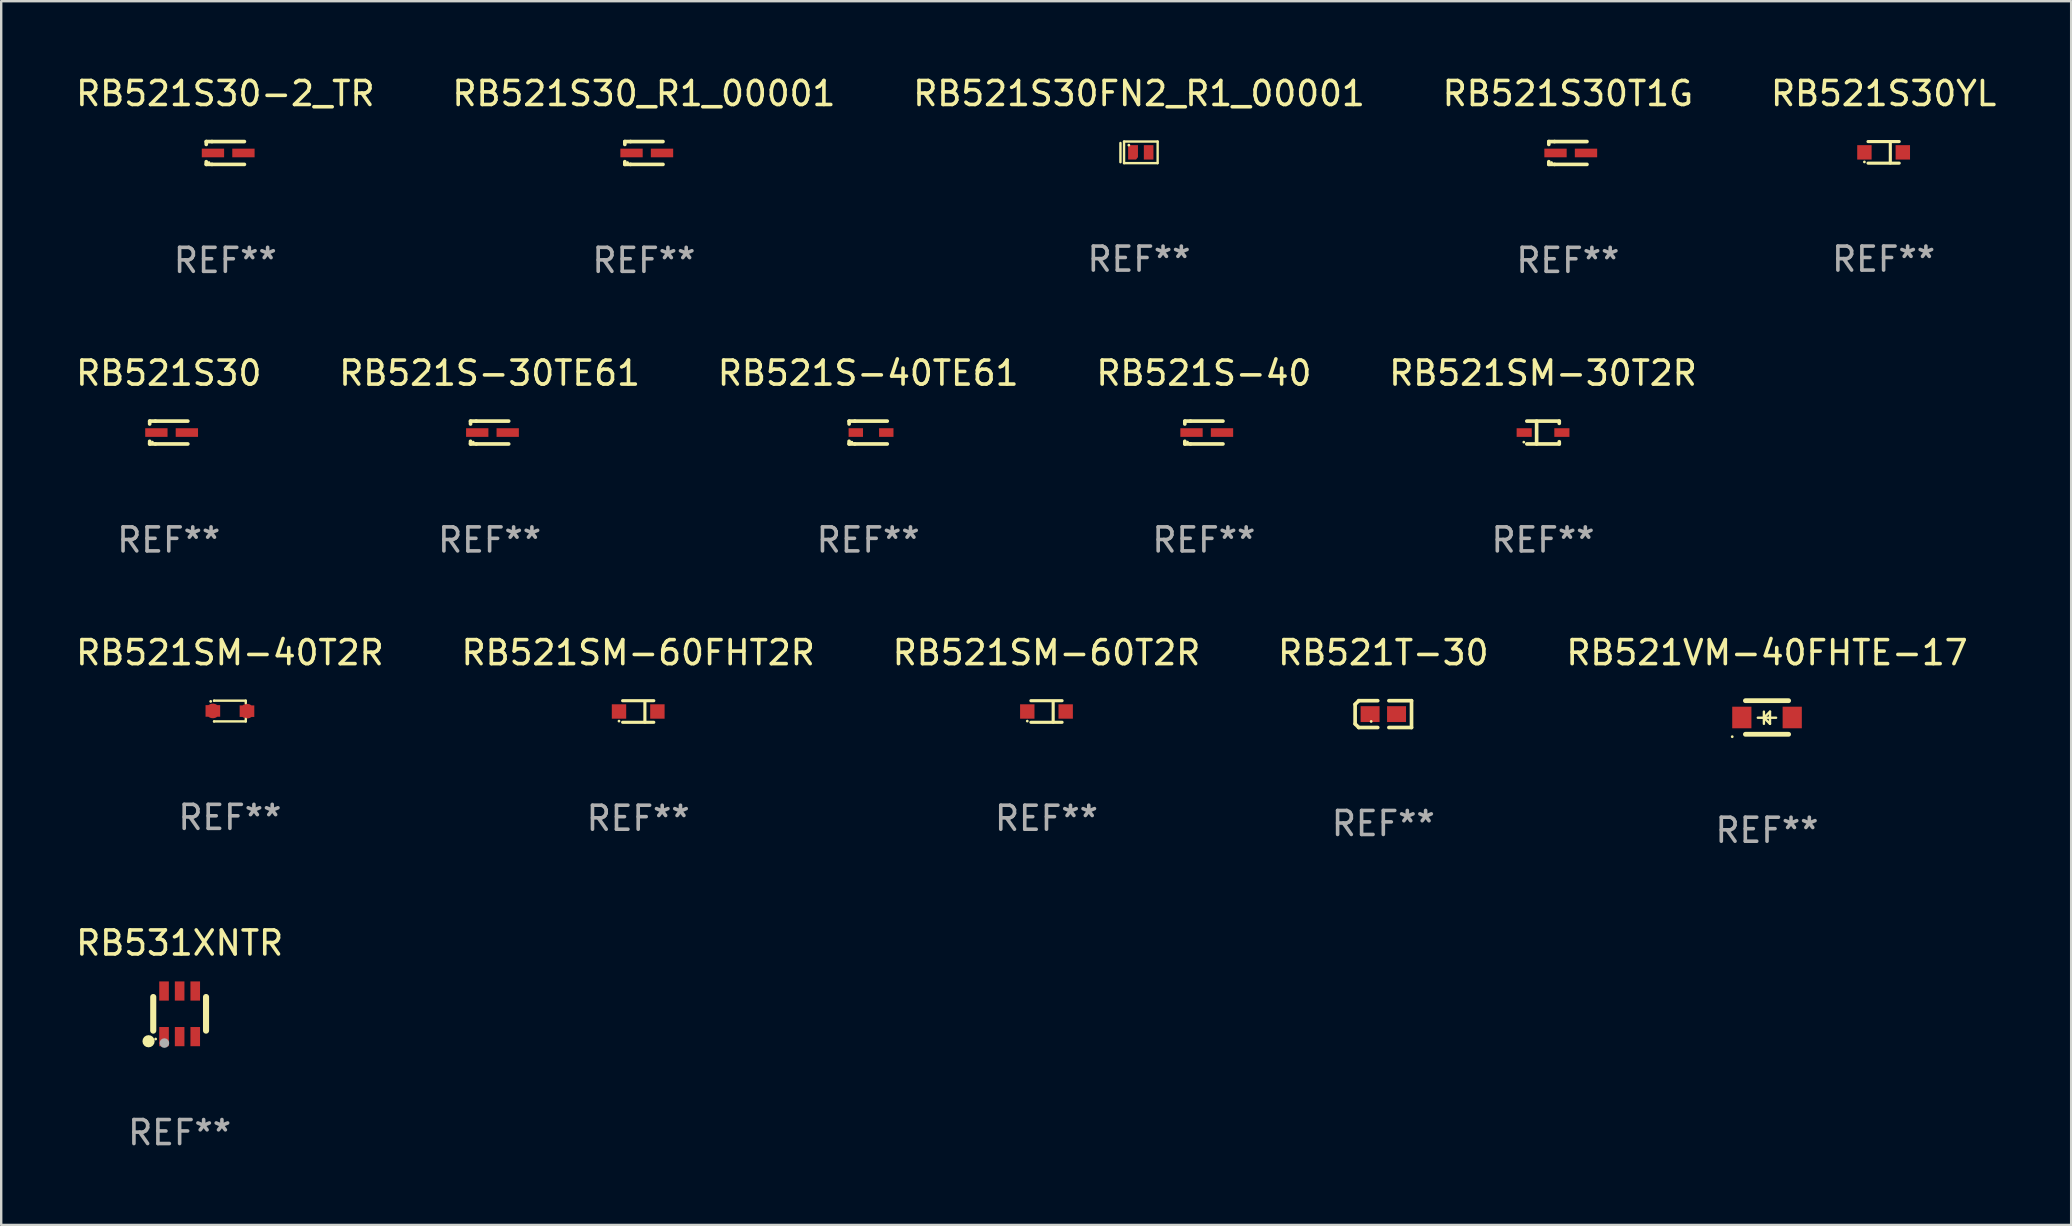
<source format=kicad_pcb>
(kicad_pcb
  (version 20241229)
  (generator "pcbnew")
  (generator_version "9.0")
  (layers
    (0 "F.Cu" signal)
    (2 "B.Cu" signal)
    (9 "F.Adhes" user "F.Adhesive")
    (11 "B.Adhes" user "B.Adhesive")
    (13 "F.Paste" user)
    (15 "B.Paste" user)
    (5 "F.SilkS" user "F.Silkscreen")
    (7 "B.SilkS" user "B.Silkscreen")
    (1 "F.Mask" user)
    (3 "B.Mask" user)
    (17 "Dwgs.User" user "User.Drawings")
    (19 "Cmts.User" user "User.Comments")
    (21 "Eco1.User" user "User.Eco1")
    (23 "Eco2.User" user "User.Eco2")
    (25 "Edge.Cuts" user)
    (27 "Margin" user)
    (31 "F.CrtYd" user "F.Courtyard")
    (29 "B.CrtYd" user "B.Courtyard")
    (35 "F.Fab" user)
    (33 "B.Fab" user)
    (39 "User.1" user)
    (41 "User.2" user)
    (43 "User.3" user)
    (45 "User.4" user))
  (footprint "RB521S30YL"
    (layer "F.Cu")
    (at 75.435 3.298)
    (property "Reference" "RB521S30YL" (at 0 -2.45 0) (layer "F.SilkS") (effects (font (size 1 1) (thickness 0.15))))
    (attr through_hole)
    (fp_line (start -0.65 -0.45) (end 0.65 -0.45) (stroke (width 0.13) (type solid)) (layer "F.SilkS"))
    (fp_line (start -0.65 0.45) (end 0.65 0.45) (stroke (width 0.13) (type solid)) (layer "F.SilkS"))
    (fp_line (start 0.279 -0.406) (end 0.279 0.444) (stroke (width 0.13) (type solid)) (layer "F.SilkS"))
    (fp_circle (center -0.8 0.4) (end -0.77 0.4) (stroke (width 0.06) (type solid)) (fill no) (layer "F.SilkS"))
    (fp_text user "REF**" (at 0 4.45 0) (layer "F.Fab") (effects (font (size 1 1) (thickness 0.15))))
    (pad "1" smd rect (at -0.8 0) (size 0.6 0.6) (layers "F.Cu" "F.Mask" "F.Paste"))
    (pad "2" smd rect (at 0.8 0 180) (size 0.6 0.6) (layers "F.Cu" "F.Mask" "F.Paste")))
  (footprint "RB521T-30"
    (layer "F.Cu")
    (at 54.589 26.705)
    (property "Reference" "RB521T-30" (at 0 -2.559 0) (layer "F.SilkS") (effects (font (size 1 1) (thickness 0.15))))
    (attr through_hole)
    (fp_line (start -1.175 -0.407) (end -1.023 -0.559) (stroke (width 0.152) (type solid)) (layer "F.SilkS"))
    (fp_line (start -1.175 0.407) (end -1.175 -0.407) (stroke (width 0.152) (type solid)) (layer "F.SilkS"))
    (fp_line (start -1.023 -0.559) (end -0.232 -0.559) (stroke (width 0.152) (type solid)) (layer "F.SilkS"))
    (fp_line (start -1.023 0.559) (end -1.175 0.407) (stroke (width 0.152) (type solid)) (layer "F.SilkS"))
    (fp_line (start -0.232 0.559) (end -1.023 0.559) (stroke (width 0.152) (type solid)) (layer "F.SilkS"))
    (fp_line (start 0.232 0.559) (end 1.175 0.559) (stroke (width 0.152) (type solid)) (layer "F.SilkS"))
    (fp_line (start 1.175 -0.559) (end 0.232 -0.559) (stroke (width 0.152) (type solid)) (layer "F.SilkS"))
    (fp_line (start 1.175 0.559) (end 1.175 -0.559) (stroke (width 0.152) (type solid)) (layer "F.SilkS"))
    (fp_circle (center -0.506 0.306) (end -0.476 0.306) (stroke (width 0.06) (type solid)) (fill no) (layer "F.SilkS"))
    (fp_text user "REF**" (at 0 4.559 0) (layer "F.Fab") (effects (font (size 1 1) (thickness 0.15))))
    (pad "1" smd rect (at -0.551 0) (size 0.79 0.661) (layers "F.Cu" "F.Mask" "F.Paste"))
    (pad "2" smd rect (at 0.551 0) (size 0.79 0.661) (layers "F.Cu" "F.Mask" "F.Paste")))
  (footprint "RB521SM-40T2R"
    (layer "F.Cu")
    (at 6.53 26.578)
    (property "Reference" "RB521SM-40T2R" (at 0 -2.432 0) (layer "F.SilkS") (effects (font (size 1 1) (thickness 0.15))))
    (attr through_hole)
    (fp_line (start -0.661 0.432) (end -0.661 0.432) (stroke (width 0.1) (type solid)) (layer "F.SilkS"))
    (fp_line (start -0.661 -0.432) (end -0.661 -0.432) (stroke (width 0.1) (type solid)) (layer "F.SilkS"))
    (fp_line (start -0.661 -0.432) (end 0.66 -0.432) (stroke (width 0.1) (type solid)) (layer "F.SilkS"))
    (fp_line (start 0.66 0.326) (end 0.66 0.432) (stroke (width 0.1) (type solid)) (layer "F.SilkS"))
    (fp_line (start 0.66 0.432) (end -0.661 0.432) (stroke (width 0.1) (type solid)) (layer "F.SilkS"))
    (fp_line (start 0.66 -0.432) (end 0.66 -0.33) (stroke (width 0.1) (type solid)) (layer "F.SilkS"))
    (fp_circle (center -0.8 -0.404) (end -0.77 -0.404) (stroke (width 0.06) (type solid)) (fill no) (layer "F.SilkS"))
    (fp_text user "REF**" (at 0 4.432 0) (layer "F.Fab") (effects (font (size 1 1) (thickness 0.15))))
    (pad "1" smd custom (at -0.711 -0.005) (size 0.61 0.483) (layers "F.Cu" "F.Mask" "F.Paste") (options (anchor circle)) (primitives (gr_poly (pts (xy -0.305 -0.241) (xy 0.305 -0.241) (xy 0.305 0.241) (xy -0.305 0.241)) (width 0) (fill yes))))
    (pad "2" smd custom (at 0.711 0.005) (size 0.61 0.483) (layers "F.Cu" "F.Mask" "F.Paste") (options (anchor circle)) (primitives (gr_poly (pts (xy -0.305 -0.241) (xy 0.305 -0.241) (xy 0.305 0.241) (xy -0.305 0.241)) (width 0) (fill yes)))))
  (footprint "RB521SM-30T2R"
    (layer "F.Cu")
    (at 61.244 14.973)
    (property "Reference" "RB521SM-30T2R" (at 0 -2.476 0) (layer "F.SilkS") (effects (font (size 1 1) (thickness 0.15))))
    (attr through_hole)
    (fp_line (start -0.676 -0.476) (end 0.676 -0.476) (stroke (width 0.152) (type solid)) (layer "F.SilkS"))
    (fp_line (start -0.676 0.476) (end 0.676 0.476) (stroke (width 0.152) (type solid)) (layer "F.SilkS"))
    (fp_line (start -0.267 -0.476) (end -0.267 0.476) (stroke (width 0.152) (type solid)) (layer "F.SilkS"))
    (fp_line (start 0.676 -0.476) (end 0.676 -0.383) (stroke (width 0.152) (type solid)) (layer "F.SilkS"))
    (fp_line (start 0.676 0.476) (end 0.676 0.383) (stroke (width 0.152) (type solid)) (layer "F.SilkS"))
    (fp_circle (center -0.8 0.4) (end -0.77 0.4) (stroke (width 0.06) (type solid)) (fill no) (layer "F.SilkS"))
    (fp_text user "REF**" (at 0 4.476 0) (layer "F.Fab") (effects (font (size 1 1) (thickness 0.15))))
    (pad "1" smd rect (at -0.785 0) (size 0.63 0.36) (layers "F.Cu" "F.Mask" "F.Paste"))
    (pad "2" smd rect (at 0.785 0) (size 0.63 0.36) (layers "F.Cu" "F.Mask" "F.Paste")))
  (footprint "RB521S-40TE61"
    (layer "F.Cu")
    (at 33.125 14.973)
    (property "Reference" "RB521S-40TE61" (at 0 -2.476 0) (layer "F.SilkS") (effects (font (size 1 1) (thickness 0.15))))
    (attr through_hole)
    (fp_line (start -0.795 -0.476) (end -0.795 -0.356) (stroke (width 0.152) (type solid)) (layer "F.SilkS"))
    (fp_line (start -0.795 0.363) (end -0.795 0.476) (stroke (width 0.152) (type solid)) (layer "F.SilkS"))
    (fp_line (start -0.795 0.476) (end -0.557 0.476) (stroke (width 0.152) (type solid)) (layer "F.SilkS"))
    (fp_line (start -0.557 -0.476) (end -0.795 -0.476) (stroke (width 0.152) (type solid)) (layer "F.SilkS"))
    (fp_line (start -0.557 -0.476) (end 0.795 -0.476) (stroke (width 0.152) (type solid)) (layer "F.SilkS"))
    (fp_line (start -0.557 0.476) (end 0.795 0.476) (stroke (width 0.152) (type solid)) (layer "F.SilkS"))
    (fp_circle (center -0.681 0.4) (end -0.651 0.4) (stroke (width 0.06) (type solid)) (fill no) (layer "F.SilkS"))
    (fp_text user "REF**" (at 0 4.476 0) (layer "F.Fab") (effects (font (size 1 1) (thickness 0.15))))
    (pad "1" smd rect (at -0.516 -0.000051 180) (size 0.6 0.36) (layers "F.Cu" "F.Mask" "F.Paste"))
    (pad "2" smd rect (at 0.754 -0.000051 180) (size 0.6 0.36) (layers "F.Cu" "F.Mask" "F.Paste")))
  (footprint "RB521S-40"
    (layer "F.Cu")
    (at 47.113 14.973)
    (property "Reference" "RB521S-40" (at 0 -2.476 0) (layer "F.SilkS") (effects (font (size 1 1) (thickness 0.15))))
    (attr through_hole)
    (fp_line (start -0.795 -0.476) (end -0.795 -0.356) (stroke (width 0.152) (type solid)) (layer "F.SilkS"))
    (fp_line (start -0.795 0.363) (end -0.795 0.476) (stroke (width 0.152) (type solid)) (layer "F.SilkS"))
    (fp_line (start -0.795 0.476) (end -0.557 0.476) (stroke (width 0.152) (type solid)) (layer "F.SilkS"))
    (fp_line (start -0.557 -0.476) (end -0.795 -0.476) (stroke (width 0.152) (type solid)) (layer "F.SilkS"))
    (fp_line (start -0.557 -0.476) (end 0.795 -0.476) (stroke (width 0.152) (type solid)) (layer "F.SilkS"))
    (fp_line (start -0.557 0.476) (end 0.795 0.476) (stroke (width 0.152) (type solid)) (layer "F.SilkS"))
    (fp_circle (center -0.681 0.4) (end -0.651 0.4) (stroke (width 0.06) (type solid)) (fill no) (layer "F.SilkS"))
    (fp_text user "REF**" (at 0 4.476 0) (layer "F.Fab") (effects (font (size 1 1) (thickness 0.15))))
    (pad "1" smd rect (at -0.516 0 180) (size 0.93 0.36) (layers "F.Cu" "F.Mask" "F.Paste"))
    (pad "2" smd rect (at 0.754 0 180) (size 0.93 0.36) (layers "F.Cu" "F.Mask" "F.Paste")))
  (footprint "RB521S-30TE61"
    (layer "F.Cu")
    (at 17.351 14.973)
    (property "Reference" "RB521S-30TE61" (at 0 -2.476 0) (layer "F.SilkS") (effects (font (size 1 1) (thickness 0.15))))
    (attr through_hole)
    (fp_line (start -0.795 -0.476) (end -0.795 -0.356) (stroke (width 0.152) (type solid)) (layer "F.SilkS"))
    (fp_line (start -0.795 0.363) (end -0.795 0.476) (stroke (width 0.152) (type solid)) (layer "F.SilkS"))
    (fp_line (start -0.795 0.476) (end -0.557 0.476) (stroke (width 0.152) (type solid)) (layer "F.SilkS"))
    (fp_line (start -0.557 -0.476) (end -0.795 -0.476) (stroke (width 0.152) (type solid)) (layer "F.SilkS"))
    (fp_line (start -0.557 -0.476) (end 0.795 -0.476) (stroke (width 0.152) (type solid)) (layer "F.SilkS"))
    (fp_line (start -0.557 0.476) (end 0.795 0.476) (stroke (width 0.152) (type solid)) (layer "F.SilkS"))
    (fp_circle (center -0.681 0.4) (end -0.651 0.4) (stroke (width 0.06) (type solid)) (fill no) (layer "F.SilkS"))
    (fp_text user "REF**" (at 0 4.476 0) (layer "F.Fab") (effects (font (size 1 1) (thickness 0.15))))
    (pad "1" smd rect (at -0.516 0 180) (size 0.93 0.36) (layers "F.Cu" "F.Mask" "F.Paste"))
    (pad "2" smd rect (at 0.754 0 180) (size 0.93 0.36) (layers "F.Cu" "F.Mask" "F.Paste")))
  (footprint "RB521S30FN2_R1_00001"
    (layer "F.Cu")
    (at 44.411 3.298)
    (property "Reference" "RB521S30FN2_R1_00001" (at 0 -2.45 0) (layer "F.SilkS") (effects (font (size 1 1) (thickness 0.15))))
    (attr through_hole)
    (fp_line (start -0.775 -0.39) (end -0.775 0.41) (stroke (width 0.102) (type solid)) (layer "F.SilkS"))
    (fp_line (start -0.625 -0.45) (end -0.625 0.45) (stroke (width 0.1) (type solid)) (layer "F.SilkS"))
    (fp_line (start -0.625 -0.45) (end 0.775 -0.45) (stroke (width 0.1) (type solid)) (layer "F.SilkS"))
    (fp_line (start -0.625 0.45) (end 0.765 0.45) (stroke (width 0.1) (type solid)) (layer "F.SilkS"))
    (fp_line (start 0.775 -0.45) (end 0.775 0.45) (stroke (width 0.1) (type solid)) (layer "F.SilkS"))
    (fp_circle (center -0.425 -0.3) (end -0.395 -0.3) (stroke (width 0.06) (type solid)) (fill no) (layer "F.SilkS"))
    (fp_text user "REF**" (at 0 4.45 0) (layer "F.Fab") (effects (font (size 1 1) (thickness 0.15))))
    (pad "1" smd custom (at -0.25 0) (size 0.41 0.6) (layers "F.Cu" "F.Mask" "F.Paste") (options (anchor circle)) (primitives (gr_poly (pts (xy -0.205 -0.3) (xy -0.205 0.3) (xy 0.125 0.3) (xy 0.205 0.2) (xy 0.205 -0.3) (xy -0.205 -0.3)) (width 0) (fill yes))))
    (pad "2" smd rect (at 0.4 0 90) (size 0.6 0.4) (layers "F.Cu" "F.Mask" "F.Paste")))
  (footprint "RB521S30"
    (layer "F.Cu")
    (at 3.982 14.973)
    (property "Reference" "RB521S30" (at 0 -2.476 0) (layer "F.SilkS") (effects (font (size 1 1) (thickness 0.15))))
    (attr through_hole)
    (fp_line (start -0.795 -0.476) (end -0.795 -0.356) (stroke (width 0.152) (type solid)) (layer "F.SilkS"))
    (fp_line (start -0.795 0.363) (end -0.795 0.476) (stroke (width 0.152) (type solid)) (layer "F.SilkS"))
    (fp_line (start -0.795 0.476) (end -0.557 0.476) (stroke (width 0.152) (type solid)) (layer "F.SilkS"))
    (fp_line (start -0.557 -0.476) (end -0.795 -0.476) (stroke (width 0.152) (type solid)) (layer "F.SilkS"))
    (fp_line (start -0.557 -0.476) (end 0.795 -0.476) (stroke (width 0.152) (type solid)) (layer "F.SilkS"))
    (fp_line (start -0.557 0.476) (end 0.795 0.476) (stroke (width 0.152) (type solid)) (layer "F.SilkS"))
    (fp_circle (center -0.681 0.4) (end -0.651 0.4) (stroke (width 0.06) (type solid)) (fill no) (layer "F.SilkS"))
    (fp_text user "REF**" (at 0 4.476 0) (layer "F.Fab") (effects (font (size 1 1) (thickness 0.15))))
    (pad "1" smd rect (at -0.516 0 180) (size 0.93 0.36) (layers "F.Cu" "F.Mask" "F.Paste"))
    (pad "2" smd rect (at 0.754 0 180) (size 0.93 0.36) (layers "F.Cu" "F.Mask" "F.Paste")))
  (footprint "RB531XNTR"
    (layer "F.Cu")
    (at 4.435 39.193)
    (property "Reference" "RB531XNTR" (at 0 -2.95 0) (layer "F.SilkS") (effects (font (size 1 1) (thickness 0.15))))
    (attr through_hole)
    (fp_line (start -1.1 -0.7) (end -1.1 0.7) (stroke (width 0.254) (type solid)) (layer "F.SilkS"))
    (fp_line (start 1.1 -0.7) (end 1.1 0.7) (stroke (width 0.254) (type solid)) (layer "F.SilkS"))
    (fp_circle (center -1.295 1.143) (end -1.168 1.143) (stroke (width 0.254) (type solid)) (fill no) (layer "F.SilkS"))
    (fp_circle (center -1 1.05) (end -0.97 1.05) (stroke (width 0.06) (type solid)) (fill no) (layer "F.SilkS"))
    (fp_circle (center -0.635 1.219) (end -0.535 1.219) (stroke (width 0.2) (type solid)) (fill no) (layer "F.Fab"))
    (fp_text user "REF**" (at 0 4.95 0) (layer "F.Fab") (effects (font (size 1 1) (thickness 0.15))))
    (pad "1" smd rect (at -0.65 0.95) (size 0.4 0.8) (layers "F.Cu" "F.Mask" "F.Paste"))
    (pad "2" smd rect (at 0 0.95) (size 0.4 0.8) (layers "F.Cu" "F.Mask" "F.Paste"))
    (pad "3" smd rect (at 0.65 0.95) (size 0.4 0.8) (layers "F.Cu" "F.Mask" "F.Paste"))
    (pad "4" smd rect (at 0.65 -0.95) (size 0.4 0.8) (layers "F.Cu" "F.Mask" "F.Paste"))
    (pad "5" smd rect (at 0 -0.95) (size 0.4 0.8) (layers "F.Cu" "F.Mask" "F.Paste"))
    (pad "6" smd rect (at -0.65 -0.95) (size 0.4 0.8) (layers "F.Cu" "F.Mask" "F.Paste")))
  (footprint "RB521S30-2_TR"
    (layer "F.Cu")
    (at 6.339 3.324)
    (property "Reference" "RB521S30-2_TR" (at 0 -2.476 0) (layer "F.SilkS") (effects (font (size 1 1) (thickness 0.15))))
    (attr through_hole)
    (fp_line (start -0.795 -0.476) (end -0.795 -0.356) (stroke (width 0.152) (type solid)) (layer "F.SilkS"))
    (fp_line (start -0.795 0.363) (end -0.795 0.476) (stroke (width 0.152) (type solid)) (layer "F.SilkS"))
    (fp_line (start -0.795 0.476) (end -0.557 0.476) (stroke (width 0.152) (type solid)) (layer "F.SilkS"))
    (fp_line (start -0.557 -0.476) (end -0.795 -0.476) (stroke (width 0.152) (type solid)) (layer "F.SilkS"))
    (fp_line (start -0.557 -0.476) (end 0.795 -0.476) (stroke (width 0.152) (type solid)) (layer "F.SilkS"))
    (fp_line (start -0.557 0.476) (end 0.795 0.476) (stroke (width 0.152) (type solid)) (layer "F.SilkS"))
    (fp_circle (center -0.681 0.4) (end -0.651 0.4) (stroke (width 0.06) (type solid)) (fill no) (layer "F.SilkS"))
    (fp_text user "REF**" (at 0 4.476 0) (layer "F.Fab") (effects (font (size 1 1) (thickness 0.15))))
    (pad "1" smd rect (at -0.516 0 180) (size 0.93 0.36) (layers "F.Cu" "F.Mask" "F.Paste"))
    (pad "2" smd rect (at 0.754 0 180) (size 0.93 0.36) (layers "F.Cu" "F.Mask" "F.Paste")))
  (footprint "RB521S30_R1_00001"
    (layer "F.Cu")
    (at 23.78 3.324)
    (property "Reference" "RB521S30_R1_00001" (at 0 -2.476 0) (layer "F.SilkS") (effects (font (size 1 1) (thickness 0.15))))
    (attr through_hole)
    (fp_line (start -0.795 -0.476) (end -0.795 -0.356) (stroke (width 0.152) (type solid)) (layer "F.SilkS"))
    (fp_line (start -0.795 0.363) (end -0.795 0.476) (stroke (width 0.152) (type solid)) (layer "F.SilkS"))
    (fp_line (start -0.795 0.476) (end -0.557 0.476) (stroke (width 0.152) (type solid)) (layer "F.SilkS"))
    (fp_line (start -0.557 -0.476) (end -0.795 -0.476) (stroke (width 0.152) (type solid)) (layer "F.SilkS"))
    (fp_line (start -0.557 -0.476) (end 0.795 -0.476) (stroke (width 0.152) (type solid)) (layer "F.SilkS"))
    (fp_line (start -0.557 0.476) (end 0.795 0.476) (stroke (width 0.152) (type solid)) (layer "F.SilkS"))
    (fp_circle (center -0.681 0.4) (end -0.651 0.4) (stroke (width 0.06) (type solid)) (fill no) (layer "F.SilkS"))
    (fp_text user "REF**" (at 0 4.476 0) (layer "F.Fab") (effects (font (size 1 1) (thickness 0.15))))
    (pad "1" smd rect (at -0.516 0 180) (size 0.93 0.36) (layers "F.Cu" "F.Mask" "F.Paste"))
    (pad "2" smd rect (at 0.754 0 180) (size 0.93 0.36) (layers "F.Cu" "F.Mask" "F.Paste")))
  (footprint "RB521S30T1G"
    (layer "F.Cu")
    (at 62.28 3.324)
    (property "Reference" "RB521S30T1G" (at 0 -2.476 0) (layer "F.SilkS") (effects (font (size 1 1) (thickness 0.15))))
    (attr through_hole)
    (fp_line (start -0.795 -0.476) (end -0.795 -0.356) (stroke (width 0.152) (type solid)) (layer "F.SilkS"))
    (fp_line (start -0.795 0.363) (end -0.795 0.476) (stroke (width 0.152) (type solid)) (layer "F.SilkS"))
    (fp_line (start -0.795 0.476) (end -0.557 0.476) (stroke (width 0.152) (type solid)) (layer "F.SilkS"))
    (fp_line (start -0.557 -0.476) (end -0.795 -0.476) (stroke (width 0.152) (type solid)) (layer "F.SilkS"))
    (fp_line (start -0.557 -0.476) (end 0.795 -0.476) (stroke (width 0.152) (type solid)) (layer "F.SilkS"))
    (fp_line (start -0.557 0.476) (end 0.795 0.476) (stroke (width 0.152) (type solid)) (layer "F.SilkS"))
    (fp_circle (center -0.681 0.4) (end -0.651 0.4) (stroke (width 0.06) (type solid)) (fill no) (layer "F.SilkS"))
    (fp_text user "REF**" (at 0 4.476 0) (layer "F.Fab") (effects (font (size 1 1) (thickness 0.15))))
    (pad "1" smd rect (at -0.516 0 180) (size 0.93 0.36) (layers "F.Cu" "F.Mask" "F.Paste"))
    (pad "2" smd rect (at 0.754 0 180) (size 0.93 0.36) (layers "F.Cu" "F.Mask" "F.Paste")))
  (footprint "RB521SM-60FHT2R"
    (layer "F.Cu")
    (at 23.542 26.596)
    (property "Reference" "RB521SM-60FHT2R" (at 0 -2.45 0) (layer "F.SilkS") (effects (font (size 1 1) (thickness 0.15))))
    (attr through_hole)
    (fp_line (start -0.65 -0.45) (end 0.65 -0.45) (stroke (width 0.13) (type solid)) (layer "F.SilkS"))
    (fp_line (start -0.65 0.45) (end 0.65 0.45) (stroke (width 0.13) (type solid)) (layer "F.SilkS"))
    (fp_line (start 0.279 -0.406) (end 0.279 0.444) (stroke (width 0.13) (type solid)) (layer "F.SilkS"))
    (fp_circle (center -0.8 0.4) (end -0.77 0.4) (stroke (width 0.06) (type solid)) (fill no) (layer "F.SilkS"))
    (fp_text user "REF**" (at 0 4.45 0) (layer "F.Fab") (effects (font (size 1 1) (thickness 0.15))))
    (pad "1" smd rect (at -0.8 0) (size 0.6 0.6) (layers "F.Cu" "F.Mask" "F.Paste"))
    (pad "2" smd rect (at 0.8 0 180) (size 0.6 0.6) (layers "F.Cu" "F.Mask" "F.Paste")))
  (footprint "RB521VM-40FHTE-17"
    (layer "F.Cu")
    (at 70.577 26.846)
    (property "Reference" "RB521VM-40FHTE-17" (at 0 -2.7 0) (layer "F.SilkS") (effects (font (size 1 1) (thickness 0.15))))
    (attr through_hole)
    (fp_line (start -0.9 -0.7) (end 0.9 -0.7) (stroke (width 0.2) (type solid)) (layer "F.SilkS"))
    (fp_line (start -0.9 0.7) (end 0.9 0.7) (stroke (width 0.2) (type solid)) (layer "F.SilkS"))
    (fp_line (start -0.13 0.01) (end 0.124 0.264) (stroke (width 0.1) (type solid)) (layer "F.SilkS"))
    (fp_line (start -0.13 0.264) (end -0.13 -0.244) (stroke (width 0.1) (type solid)) (layer "F.SilkS"))
    (fp_line (start 0.124 -0.244) (end -0.13 0.01) (stroke (width 0.1) (type solid)) (layer "F.SilkS"))
    (fp_line (start 0.124 0.264) (end 0.124 -0.244) (stroke (width 0.1) (type solid)) (layer "F.SilkS"))
    (fp_line (start 0.378 0.01) (end -0.384 0.01) (stroke (width 0.1) (type solid)) (layer "F.SilkS"))
    (fp_circle (center -1.45 0.8) (end -1.42 0.8) (stroke (width 0.06) (type solid)) (fill no) (layer "F.SilkS"))
    (fp_text user "REF**" (at 0 4.7 0) (layer "F.Fab") (effects (font (size 1 1) (thickness 0.15))))
    (pad "1" smd rect (at -1.05 0 270) (size 0.9 0.8) (layers "F.Cu" "F.Mask" "F.Paste"))
    (pad "2" smd rect (at 1.05 0 270) (size 0.9 0.8) (layers "F.Cu" "F.Mask" "F.Paste")))
  (footprint "RB521SM-60T2R"
    (layer "F.Cu")
    (at 40.554 26.596)
    (property "Reference" "RB521SM-60T2R" (at 0 -2.45 0) (layer "F.SilkS") (effects (font (size 1 1) (thickness 0.15))))
    (attr through_hole)
    (fp_line (start -0.65 -0.45) (end 0.65 -0.45) (stroke (width 0.13) (type solid)) (layer "F.SilkS"))
    (fp_line (start -0.65 0.45) (end 0.65 0.45) (stroke (width 0.13) (type solid)) (layer "F.SilkS"))
    (fp_line (start 0.279 -0.406) (end 0.279 0.444) (stroke (width 0.13) (type solid)) (layer "F.SilkS"))
    (fp_circle (center -0.8 0.4) (end -0.77 0.4) (stroke (width 0.06) (type solid)) (fill no) (layer "F.SilkS"))
    (fp_text user "REF**" (at 0 4.45 0) (layer "F.Fab") (effects (font (size 1 1) (thickness 0.15))))
    (pad "1" smd rect (at -0.8 0) (size 0.6 0.6) (layers "F.Cu" "F.Mask" "F.Paste"))
    (pad "2" smd rect (at 0.8 0 180) (size 0.6 0.6) (layers "F.Cu" "F.Mask" "F.Paste")))
  (gr_rect
    (start -3 -3)
    (end 83.25 47.991)
    (stroke (width 0.1) (type default))
    (fill no)
    (layer "Edge.Cuts")))
</source>
